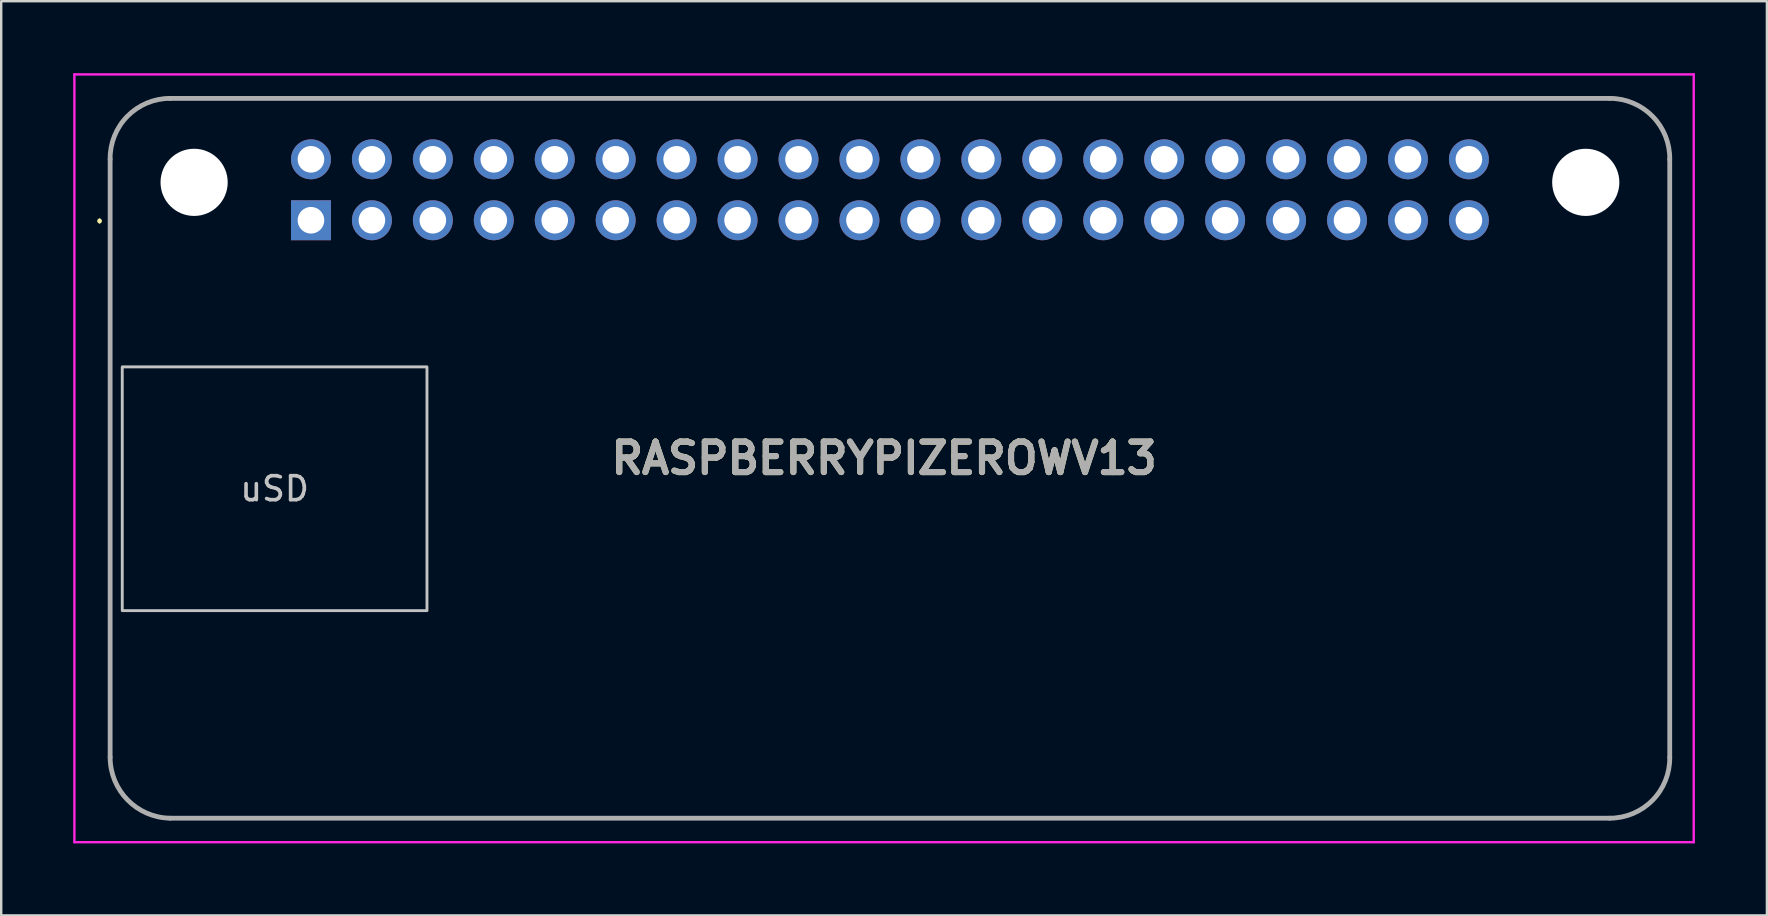
<source format=kicad_pcb>
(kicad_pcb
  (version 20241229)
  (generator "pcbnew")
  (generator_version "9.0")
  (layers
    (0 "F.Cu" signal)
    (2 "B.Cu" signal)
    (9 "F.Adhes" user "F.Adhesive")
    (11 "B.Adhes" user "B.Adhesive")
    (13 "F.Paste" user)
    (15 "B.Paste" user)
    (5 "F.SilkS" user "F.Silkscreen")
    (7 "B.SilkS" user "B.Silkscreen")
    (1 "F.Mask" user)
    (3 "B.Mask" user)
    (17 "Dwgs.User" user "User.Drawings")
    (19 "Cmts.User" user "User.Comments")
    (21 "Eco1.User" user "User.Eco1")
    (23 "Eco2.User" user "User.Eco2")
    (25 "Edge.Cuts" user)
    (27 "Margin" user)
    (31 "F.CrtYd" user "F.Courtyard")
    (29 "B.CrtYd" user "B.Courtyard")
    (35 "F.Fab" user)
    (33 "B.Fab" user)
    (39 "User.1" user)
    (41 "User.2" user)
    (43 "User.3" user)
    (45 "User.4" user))
  (footprint "RASPBERRYPIZEROWV13"
    (layer "F.Cu")
    (at 33.795 16.05)
    (property "Reference" "RASPBERRYPIZEROWV13" (at 0 0 0) (layer "F.SilkS") (effects (font (size 1.27 1.27) (thickness 0.254))))
    (attr through_hole)
    (fp_line (start -32.695 -9.94) (end -32.695 -9.94) (stroke (width 0.1) (type solid)) (layer "F.SilkS"))
    (fp_line (start -32.695 -9.84) (end -32.695 -9.84) (stroke (width 0.1) (type solid)) (layer "F.SilkS"))
    (fp_line (start -32.255 -12.46) (end -32.255 12.46) (stroke (width 0.1) (type solid)) (layer "F.SilkS"))
    (fp_line (start -29.755 15) (end 30.245 15) (stroke (width 0.1) (type solid)) (layer "F.SilkS"))
    (fp_line (start 30.245 -15) (end -29.755 -15) (stroke (width 0.1) (type solid)) (layer "F.SilkS"))
    (fp_line (start 32.745 12.46) (end 32.745 -12.46) (stroke (width 0.1) (type solid)) (layer "F.SilkS"))
    (fp_arc (start -32.695 -9.94) (mid -32.645 -9.89) (end -32.695 -9.84) (stroke (width 0.1) (type solid)) (layer "F.SilkS"))
    (fp_arc (start -32.695 -9.84) (mid -32.745 -9.89) (end -32.695 -9.94) (stroke (width 0.1) (type solid)) (layer "F.SilkS"))
    (fp_arc (start -32.255061 -12.463955) (mid -31.535456 -14.254877) (end -29.755 -15) (stroke (width 0.1) (type solid)) (layer "F.SilkS"))
    (fp_arc (start -29.759015 14.999933) (mid -31.526564 14.240534) (end -32.255 12.46) (stroke (width 0.1) (type solid)) (layer "F.SilkS"))
    (fp_arc (start 30.249015 -14.999933) (mid 32.016564 -14.240534) (end 32.745 -12.46) (stroke (width 0.1) (type solid)) (layer "F.SilkS"))
    (fp_arc (start 32.745061 12.463955) (mid 32.025456 14.254877) (end 30.245 15) (stroke (width 0.1) (type solid)) (layer "F.SilkS"))
    (fp_rect (start -31.75 -3.81) (end -19.05 6.35) (stroke (width 0.12) (type default)) (fill no) (layer "Dwgs.User"))
    (fp_line (start -33.745 -16) (end 33.745 -16) (stroke (width 0.1) (type solid)) (layer "F.CrtYd"))
    (fp_line (start -33.745 16) (end -33.745 -16) (stroke (width 0.1) (type solid)) (layer "F.CrtYd"))
    (fp_line (start 33.745 -16) (end 33.745 16) (stroke (width 0.1) (type solid)) (layer "F.CrtYd"))
    (fp_line (start 33.745 16) (end -33.745 16) (stroke (width 0.1) (type solid)) (layer "F.CrtYd"))
    (fp_line (start -32.255 -12.46) (end -32.255 12.46) (stroke (width 0.2) (type solid)) (layer "F.Fab"))
    (fp_line (start -29.755 15) (end 30.245 15) (stroke (width 0.2) (type solid)) (layer "F.Fab"))
    (fp_line (start 30.245 -15) (end -29.755 -15) (stroke (width 0.2) (type solid)) (layer "F.Fab"))
    (fp_line (start 32.745 12.46) (end 32.745 -12.46) (stroke (width 0.2) (type solid)) (layer "F.Fab"))
    (fp_arc (start -32.255061 -12.463955) (mid -31.535456 -14.254877) (end -29.755 -15) (stroke (width 0.2) (type solid)) (layer "F.Fab"))
    (fp_arc (start -29.759015 14.999933) (mid -31.526564 14.240534) (end -32.255 12.46) (stroke (width 0.2) (type solid)) (layer "F.Fab"))
    (fp_arc (start 30.248955 -14.999995) (mid 32.028229 -14.252057) (end 32.745 -12.46) (stroke (width 0.2) (type solid)) (layer "F.Fab"))
    (fp_arc (start 32.745061 12.463955) (mid 32.025456 14.254877) (end 30.245 15) (stroke (width 0.2) (type solid)) (layer "F.Fab"))
    (fp_text user "uSD" (at -25.4 1.27 0) (unlocked yes) (layer "Dwgs.User") (effects (font (size 1 1) (thickness 0.15))))
    (fp_text user "${REFERENCE}" (at 0 0 0) (layer "F.Fab") (effects (font (size 1.27 1.27) (thickness 0.254))))
    (pad "" np_thru_hole circle (at -28.755 -11.5) (size 2.8 2.8) (drill 2.8) (layers "*.Cu" "*.Mask"))
    (pad "" np_thru_hole circle (at 29.245 -11.5) (size 2.8 2.8) (drill 2.8) (layers "*.Cu" "*.Mask"))
    (pad "1" thru_hole rect (at -23.885 -9.92) (size 1.665 1.665) (drill 1.11) (layers "*.Cu" "*.Mask"))
    (pad "2" thru_hole circle (at -23.885 -12.46) (size 1.665 1.665) (drill 1.11) (layers "*.Cu" "*.Mask"))
    (pad "3" thru_hole circle (at -21.345 -9.92) (size 1.665 1.665) (drill 1.11) (layers "*.Cu" "*.Mask"))
    (pad "4" thru_hole circle (at -21.345 -12.46) (size 1.665 1.665) (drill 1.11) (layers "*.Cu" "*.Mask"))
    (pad "5" thru_hole circle (at -18.805 -9.92) (size 1.665 1.665) (drill 1.11) (layers "*.Cu" "*.Mask"))
    (pad "6" thru_hole circle (at -18.805 -12.46) (size 1.665 1.665) (drill 1.11) (layers "*.Cu" "*.Mask"))
    (pad "7" thru_hole circle (at -16.265 -9.92) (size 1.665 1.665) (drill 1.11) (layers "*.Cu" "*.Mask"))
    (pad "8" thru_hole circle (at -16.265 -12.46) (size 1.665 1.665) (drill 1.11) (layers "*.Cu" "*.Mask"))
    (pad "9" thru_hole circle (at -13.725 -9.92) (size 1.665 1.665) (drill 1.11) (layers "*.Cu" "*.Mask"))
    (pad "10" thru_hole circle (at -13.725 -12.46) (size 1.665 1.665) (drill 1.11) (layers "*.Cu" "*.Mask"))
    (pad "11" thru_hole circle (at -11.185 -9.92) (size 1.665 1.665) (drill 1.11) (layers "*.Cu" "*.Mask"))
    (pad "12" thru_hole circle (at -11.185 -12.46) (size 1.665 1.665) (drill 1.11) (layers "*.Cu" "*.Mask"))
    (pad "13" thru_hole circle (at -8.645 -9.92) (size 1.665 1.665) (drill 1.11) (layers "*.Cu" "*.Mask"))
    (pad "14" thru_hole circle (at -8.645 -12.46) (size 1.665 1.665) (drill 1.11) (layers "*.Cu" "*.Mask"))
    (pad "15" thru_hole circle (at -6.105 -9.92) (size 1.665 1.665) (drill 1.11) (layers "*.Cu" "*.Mask"))
    (pad "16" thru_hole circle (at -6.105 -12.46) (size 1.665 1.665) (drill 1.11) (layers "*.Cu" "*.Mask"))
    (pad "17" thru_hole circle (at -3.565 -9.92) (size 1.665 1.665) (drill 1.11) (layers "*.Cu" "*.Mask"))
    (pad "18" thru_hole circle (at -3.565 -12.46) (size 1.665 1.665) (drill 1.11) (layers "*.Cu" "*.Mask"))
    (pad "19" thru_hole circle (at -1.025 -9.92) (size 1.665 1.665) (drill 1.11) (layers "*.Cu" "*.Mask"))
    (pad "20" thru_hole circle (at -1.025 -12.46) (size 1.665 1.665) (drill 1.11) (layers "*.Cu" "*.Mask"))
    (pad "21" thru_hole circle (at 1.515 -9.92) (size 1.665 1.665) (drill 1.11) (layers "*.Cu" "*.Mask"))
    (pad "22" thru_hole circle (at 1.515 -12.46) (size 1.665 1.665) (drill 1.11) (layers "*.Cu" "*.Mask"))
    (pad "23" thru_hole circle (at 4.055 -9.92) (size 1.665 1.665) (drill 1.11) (layers "*.Cu" "*.Mask"))
    (pad "24" thru_hole circle (at 4.055 -12.46) (size 1.665 1.665) (drill 1.11) (layers "*.Cu" "*.Mask"))
    (pad "25" thru_hole circle (at 6.595 -9.92) (size 1.665 1.665) (drill 1.11) (layers "*.Cu" "*.Mask"))
    (pad "26" thru_hole circle (at 6.595 -12.46) (size 1.665 1.665) (drill 1.11) (layers "*.Cu" "*.Mask"))
    (pad "27" thru_hole circle (at 9.135 -9.92) (size 1.665 1.665) (drill 1.11) (layers "*.Cu" "*.Mask"))
    (pad "28" thru_hole circle (at 9.135 -12.46) (size 1.665 1.665) (drill 1.11) (layers "*.Cu" "*.Mask"))
    (pad "29" thru_hole circle (at 11.675 -9.92) (size 1.665 1.665) (drill 1.11) (layers "*.Cu" "*.Mask"))
    (pad "30" thru_hole circle (at 11.675 -12.46) (size 1.665 1.665) (drill 1.11) (layers "*.Cu" "*.Mask"))
    (pad "31" thru_hole circle (at 14.215 -9.92) (size 1.665 1.665) (drill 1.11) (layers "*.Cu" "*.Mask"))
    (pad "32" thru_hole circle (at 14.215 -12.46) (size 1.665 1.665) (drill 1.11) (layers "*.Cu" "*.Mask"))
    (pad "33" thru_hole circle (at 16.755 -9.92) (size 1.665 1.665) (drill 1.11) (layers "*.Cu" "*.Mask"))
    (pad "34" thru_hole circle (at 16.755 -12.46) (size 1.665 1.665) (drill 1.11) (layers "*.Cu" "*.Mask"))
    (pad "35" thru_hole circle (at 19.295 -9.92) (size 1.665 1.665) (drill 1.11) (layers "*.Cu" "*.Mask"))
    (pad "36" thru_hole circle (at 19.295 -12.46) (size 1.665 1.665) (drill 1.11) (layers "*.Cu" "*.Mask"))
    (pad "37" thru_hole circle (at 21.835 -9.92) (size 1.665 1.665) (drill 1.11) (layers "*.Cu" "*.Mask"))
    (pad "38" thru_hole circle (at 21.835 -12.46) (size 1.665 1.665) (drill 1.11) (layers "*.Cu" "*.Mask"))
    (pad "39" thru_hole circle (at 24.375 -9.92) (size 1.665 1.665) (drill 1.11) (layers "*.Cu" "*.Mask"))
    (pad "40" thru_hole circle (at 24.375 -12.46) (size 1.665 1.665) (drill 1.11) (layers "*.Cu" "*.Mask")))
  (gr_rect
    (start -3 -3)
    (end 70.59 35.1)
    (stroke (width 0.1) (type default))
    (fill no)
    (layer "Edge.Cuts")))
</source>
